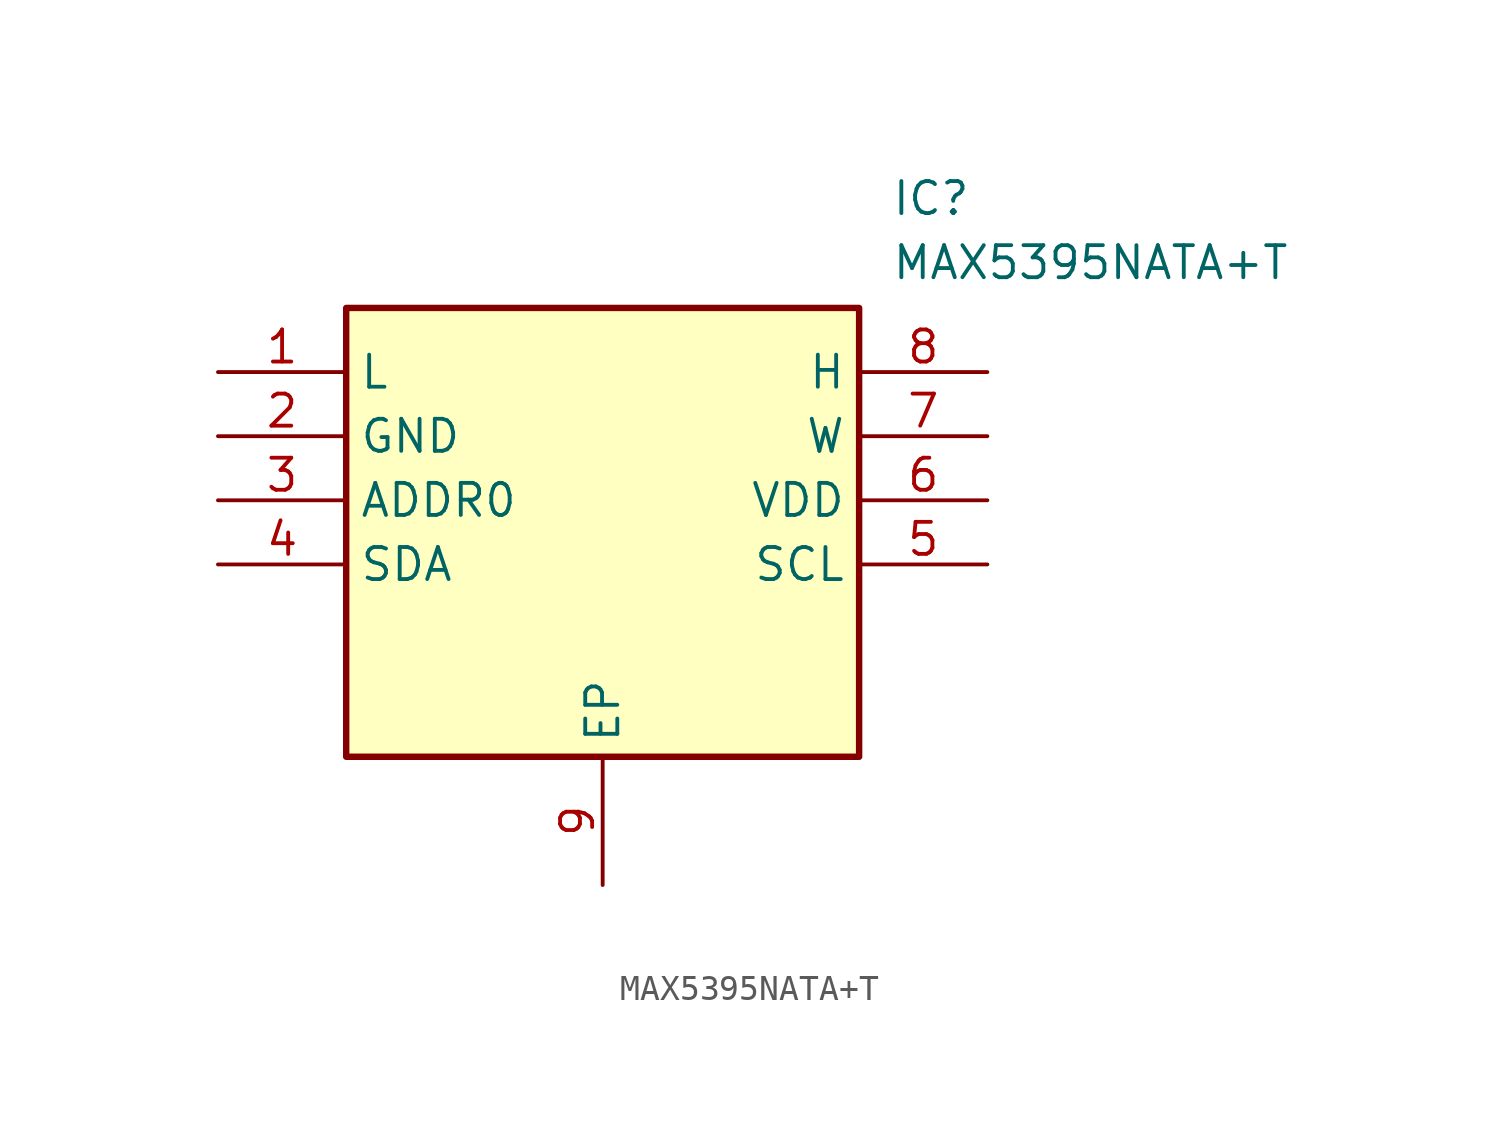
<source format=kicad_sym>
(kicad_symbol_lib
  (version 20211014)
  (generator SamacSys_ECAD_Model)
  (symbol "MAX5395NATA+T"
    (property "Reference" "IC"
      (at 26.67 7.62 0)
      (effects (font (size 1.27 1.27)) (justify left top)))
    (property "Value" "MAX5395NATA+T"
      (at 26.67 5.08 0)
      (effects (font (size 1.27 1.27)) (justify left top)))
    (rectangle
      (start 5.08 2.54)
      (end 25.4 -15.24)
      (stroke (width 0.254) (type default))
      (fill (type background)))
    (pin passive line
      (at 0 0 0)
      (length 5.08)
      (name "L" (effects (font (size 1.27 1.27))))
      (number "1" (effects (font (size 1.27 1.27)))))
    (pin passive line
      (at 0 -2.54 0)
      (length 5.08)
      (name "GND" (effects (font (size 1.27 1.27))))
      (number "2" (effects (font (size 1.27 1.27)))))
    (pin passive line
      (at 0 -5.08 0)
      (length 5.08)
      (name "ADDR0" (effects (font (size 1.27 1.27))))
      (number "3" (effects (font (size 1.27 1.27)))))
    (pin passive line
      (at 0 -7.62 0)
      (length 5.08)
      (name "SDA" (effects (font (size 1.27 1.27))))
      (number "4" (effects (font (size 1.27 1.27)))))
    (pin passive line
      (at 15.24 -20.32 90)
      (length 5.08)
      (name "EP" (effects (font (size 1.27 1.27))))
      (number "9" (effects (font (size 1.27 1.27)))))
    (pin passive line
      (at 30.48 0 180)
      (length 5.08)
      (name "H" (effects (font (size 1.27 1.27))))
      (number "8" (effects (font (size 1.27 1.27)))))
    (pin passive line
      (at 30.48 -2.54 180)
      (length 5.08)
      (name "W" (effects (font (size 1.27 1.27))))
      (number "7" (effects (font (size 1.27 1.27)))))
    (pin passive line
      (at 30.48 -5.08 180)
      (length 5.08)
      (name "VDD" (effects (font (size 1.27 1.27))))
      (number "6" (effects (font (size 1.27 1.27)))))
    (pin passive line
      (at 30.48 -7.62 180)
      (length 5.08)
      (name "SCL" (effects (font (size 1.27 1.27))))
      (number "5" (effects (font (size 1.27 1.27)))))))
</source>
